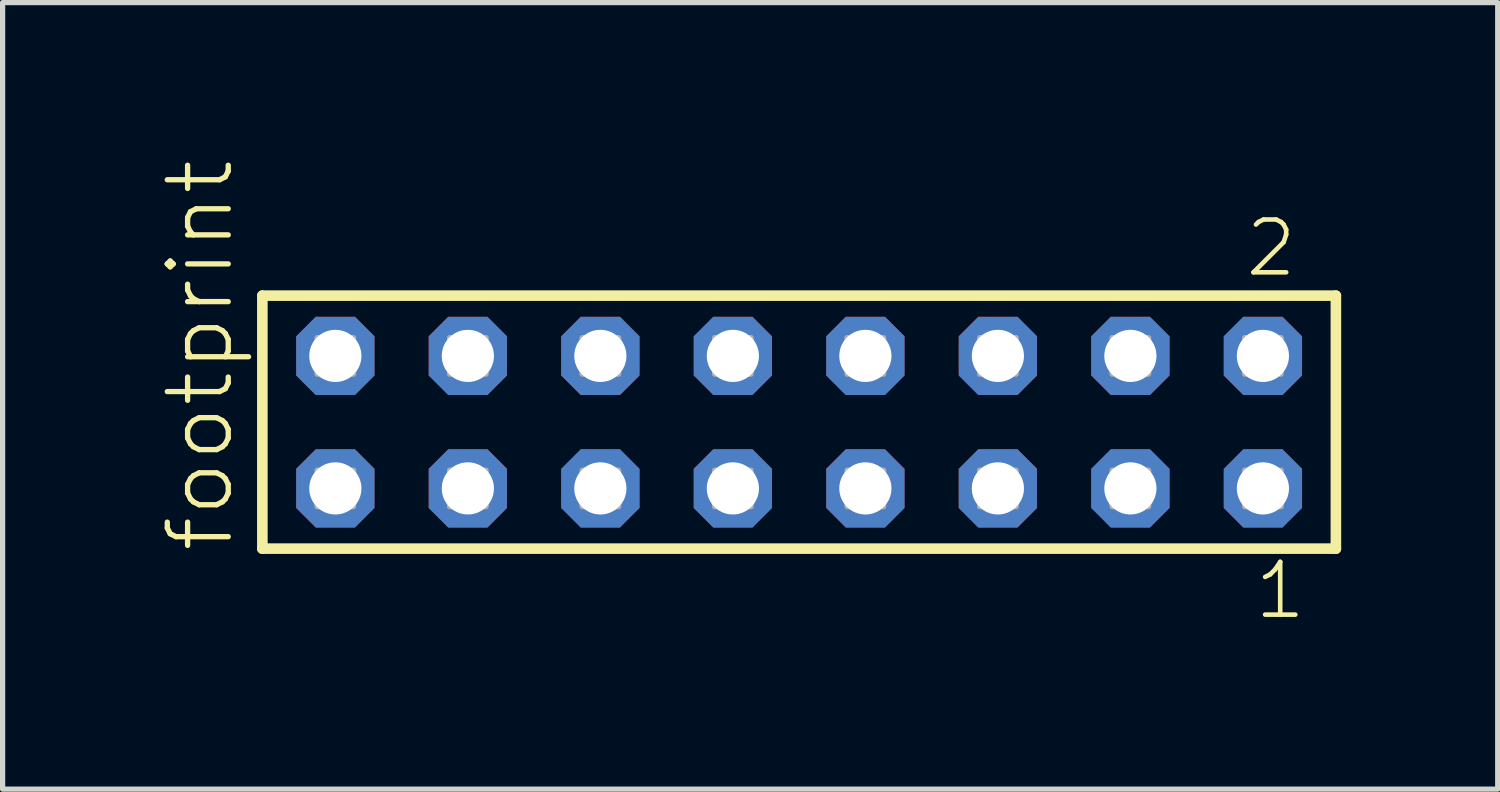
<source format=kicad_pcb>
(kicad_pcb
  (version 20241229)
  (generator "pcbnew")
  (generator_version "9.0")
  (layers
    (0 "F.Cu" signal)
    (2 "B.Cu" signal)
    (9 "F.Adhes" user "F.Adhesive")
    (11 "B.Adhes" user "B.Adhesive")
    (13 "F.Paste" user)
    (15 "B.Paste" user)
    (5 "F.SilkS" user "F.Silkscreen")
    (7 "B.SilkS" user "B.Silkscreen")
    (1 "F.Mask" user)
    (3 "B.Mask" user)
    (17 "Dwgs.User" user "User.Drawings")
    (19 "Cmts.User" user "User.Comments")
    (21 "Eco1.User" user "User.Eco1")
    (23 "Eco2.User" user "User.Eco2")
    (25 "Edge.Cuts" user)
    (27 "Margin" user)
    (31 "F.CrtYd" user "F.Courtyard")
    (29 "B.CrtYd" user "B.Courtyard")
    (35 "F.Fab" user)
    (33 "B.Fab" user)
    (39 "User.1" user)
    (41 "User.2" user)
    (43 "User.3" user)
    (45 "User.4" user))
  (footprint "footprint"
    (layer "F.Cu")
    (at 12.268 5.042)
    (property "Reference" "footprint" (at -10.795 2.54 90) (layer "F.SilkS") (effects (font (size 1.168 1.168) (thickness 0.102)) (justify left bottom)))
    (fp_line (start -10.289 -2.425) (end 10.289 -2.425) (stroke (width 0.203) (type solid)) (layer "F.SilkS"))
    (fp_line (start -10.289 2.425) (end -10.289 -2.425) (stroke (width 0.203) (type solid)) (layer "F.SilkS"))
    (fp_line (start 10.289 -2.425) (end 10.289 2.425) (stroke (width 0.203) (type solid)) (layer "F.SilkS"))
    (fp_line (start 10.289 2.425) (end -10.289 2.425) (stroke (width 0.203) (type solid)) (layer "F.SilkS"))
    (fp_poly (pts (xy -9.24 -0.92) (xy -8.54 -0.92) (xy -8.54 -1.62) (xy -9.24 -1.62)) (stroke (width 0.1) (type solid)) (fill no) (layer "F.Fab"))
    (fp_poly (pts (xy -9.24 1.62) (xy -8.54 1.62) (xy -8.54 0.92) (xy -9.24 0.92)) (stroke (width 0.1) (type solid)) (fill no) (layer "F.Fab"))
    (fp_poly (pts (xy -6.7 -0.92) (xy -6 -0.92) (xy -6 -1.62) (xy -6.7 -1.62)) (stroke (width 0.1) (type solid)) (fill no) (layer "F.Fab"))
    (fp_poly (pts (xy -6.7 1.62) (xy -6 1.62) (xy -6 0.92) (xy -6.7 0.92)) (stroke (width 0.1) (type solid)) (fill no) (layer "F.Fab"))
    (fp_poly (pts (xy -4.16 -0.92) (xy -3.46 -0.92) (xy -3.46 -1.62) (xy -4.16 -1.62)) (stroke (width 0.1) (type solid)) (fill no) (layer "F.Fab"))
    (fp_poly (pts (xy -4.16 1.62) (xy -3.46 1.62) (xy -3.46 0.92) (xy -4.16 0.92)) (stroke (width 0.1) (type solid)) (fill no) (layer "F.Fab"))
    (fp_poly (pts (xy -1.62 -0.92) (xy -0.92 -0.92) (xy -0.92 -1.62) (xy -1.62 -1.62)) (stroke (width 0.1) (type solid)) (fill no) (layer "F.Fab"))
    (fp_poly (pts (xy -1.62 1.62) (xy -0.92 1.62) (xy -0.92 0.92) (xy -1.62 0.92)) (stroke (width 0.1) (type solid)) (fill no) (layer "F.Fab"))
    (fp_poly (pts (xy 0.92 -0.92) (xy 1.62 -0.92) (xy 1.62 -1.62) (xy 0.92 -1.62)) (stroke (width 0.1) (type solid)) (fill no) (layer "F.Fab"))
    (fp_poly (pts (xy 0.92 1.62) (xy 1.62 1.62) (xy 1.62 0.92) (xy 0.92 0.92)) (stroke (width 0.1) (type solid)) (fill no) (layer "F.Fab"))
    (fp_poly (pts (xy 3.46 -0.92) (xy 4.16 -0.92) (xy 4.16 -1.62) (xy 3.46 -1.62)) (stroke (width 0.1) (type solid)) (fill no) (layer "F.Fab"))
    (fp_poly (pts (xy 3.46 1.62) (xy 4.16 1.62) (xy 4.16 0.92) (xy 3.46 0.92)) (stroke (width 0.1) (type solid)) (fill no) (layer "F.Fab"))
    (fp_poly (pts (xy 6 -0.92) (xy 6.7 -0.92) (xy 6.7 -1.62) (xy 6 -1.62)) (stroke (width 0.1) (type solid)) (fill no) (layer "F.Fab"))
    (fp_poly (pts (xy 6 1.62) (xy 6.7 1.62) (xy 6.7 0.92) (xy 6 0.92)) (stroke (width 0.1) (type solid)) (fill no) (layer "F.Fab"))
    (fp_poly (pts (xy 8.54 -0.92) (xy 9.24 -0.92) (xy 9.24 -1.62) (xy 8.54 -1.62)) (stroke (width 0.1) (type solid)) (fill no) (layer "F.Fab"))
    (fp_poly (pts (xy 8.54 1.62) (xy 9.24 1.62) (xy 9.24 0.92) (xy 8.54 0.92)) (stroke (width 0.1) (type solid)) (fill no) (layer "F.Fab"))
    (fp_text user "2" (at 8.507 -2.744 0) (layer "F.SilkS") (effects (font (size 1.012 1.012) (thickness 0.088)) (justify left bottom)))
    (fp_text user "1" (at 8.682 3.818 0) (layer "F.SilkS") (effects (font (size 1.012 1.012) (thickness 0.088)) (justify left bottom)))
    (pad "1" thru_hole roundrect (at 8.89 1.27 180) (size 1.5 1.5) (drill 1) (layers "*.Cu" "*.Mask") (roundrect_rratio 0.25) (chamfer_ratio 0.25) (chamfer top_left top_right bottom_left bottom_right))
    (pad "2" thru_hole roundrect (at 8.89 -1.27 180) (size 1.5 1.5) (drill 1) (layers "*.Cu" "*.Mask") (roundrect_rratio 0.25) (chamfer_ratio 0.25) (chamfer top_left top_right bottom_left bottom_right))
    (pad "3" thru_hole roundrect (at 6.35 1.27 180) (size 1.5 1.5) (drill 1) (layers "*.Cu" "*.Mask") (roundrect_rratio 0.25) (chamfer_ratio 0.25) (chamfer top_left top_right bottom_left bottom_right))
    (pad "4" thru_hole roundrect (at 6.35 -1.27 180) (size 1.5 1.5) (drill 1) (layers "*.Cu" "*.Mask") (roundrect_rratio 0.25) (chamfer_ratio 0.25) (chamfer top_left top_right bottom_left bottom_right))
    (pad "5" thru_hole roundrect (at 3.81 1.27 180) (size 1.5 1.5) (drill 1) (layers "*.Cu" "*.Mask") (roundrect_rratio 0.25) (chamfer_ratio 0.25) (chamfer top_left top_right bottom_left bottom_right))
    (pad "6" thru_hole roundrect (at 3.81 -1.27 180) (size 1.5 1.5) (drill 1) (layers "*.Cu" "*.Mask") (roundrect_rratio 0.25) (chamfer_ratio 0.25) (chamfer top_left top_right bottom_left bottom_right))
    (pad "7" thru_hole roundrect (at 1.27 1.27 180) (size 1.5 1.5) (drill 1) (layers "*.Cu" "*.Mask") (roundrect_rratio 0.25) (chamfer_ratio 0.25) (chamfer top_left top_right bottom_left bottom_right))
    (pad "8" thru_hole roundrect (at 1.27 -1.27 180) (size 1.5 1.5) (drill 1) (layers "*.Cu" "*.Mask") (roundrect_rratio 0.25) (chamfer_ratio 0.25) (chamfer top_left top_right bottom_left bottom_right))
    (pad "9" thru_hole roundrect (at -1.27 1.27 180) (size 1.5 1.5) (drill 1) (layers "*.Cu" "*.Mask") (roundrect_rratio 0.25) (chamfer_ratio 0.25) (chamfer top_left top_right bottom_left bottom_right))
    (pad "10" thru_hole roundrect (at -1.27 -1.27 180) (size 1.5 1.5) (drill 1) (layers "*.Cu" "*.Mask") (roundrect_rratio 0.25) (chamfer_ratio 0.25) (chamfer top_left top_right bottom_left bottom_right))
    (pad "11" thru_hole roundrect (at -3.81 1.27 180) (size 1.5 1.5) (drill 1) (layers "*.Cu" "*.Mask") (roundrect_rratio 0.25) (chamfer_ratio 0.25) (chamfer top_left top_right bottom_left bottom_right))
    (pad "12" thru_hole roundrect (at -3.81 -1.27 180) (size 1.5 1.5) (drill 1) (layers "*.Cu" "*.Mask") (roundrect_rratio 0.25) (chamfer_ratio 0.25) (chamfer top_left top_right bottom_left bottom_right))
    (pad "13" thru_hole roundrect (at -6.35 1.27 180) (size 1.5 1.5) (drill 1) (layers "*.Cu" "*.Mask") (roundrect_rratio 0.25) (chamfer_ratio 0.25) (chamfer top_left top_right bottom_left bottom_right))
    (pad "14" thru_hole roundrect (at -6.35 -1.27 180) (size 1.5 1.5) (drill 1) (layers "*.Cu" "*.Mask") (roundrect_rratio 0.25) (chamfer_ratio 0.25) (chamfer top_left top_right bottom_left bottom_right))
    (pad "15" thru_hole roundrect (at -8.89 1.27 180) (size 1.5 1.5) (drill 1) (layers "*.Cu" "*.Mask") (roundrect_rratio 0.25) (chamfer_ratio 0.25) (chamfer top_left top_right bottom_left bottom_right))
    (pad "16" thru_hole roundrect (at -8.89 -1.27 180) (size 1.5 1.5) (drill 1) (layers "*.Cu" "*.Mask") (roundrect_rratio 0.25) (chamfer_ratio 0.25) (chamfer top_left top_right bottom_left bottom_right)))
  (gr_rect
    (start -3 -3)
    (end 25.659 12.077)
    (stroke (width 0.1) (type default))
    (fill no)
    (layer "Edge.Cuts")))
</source>
